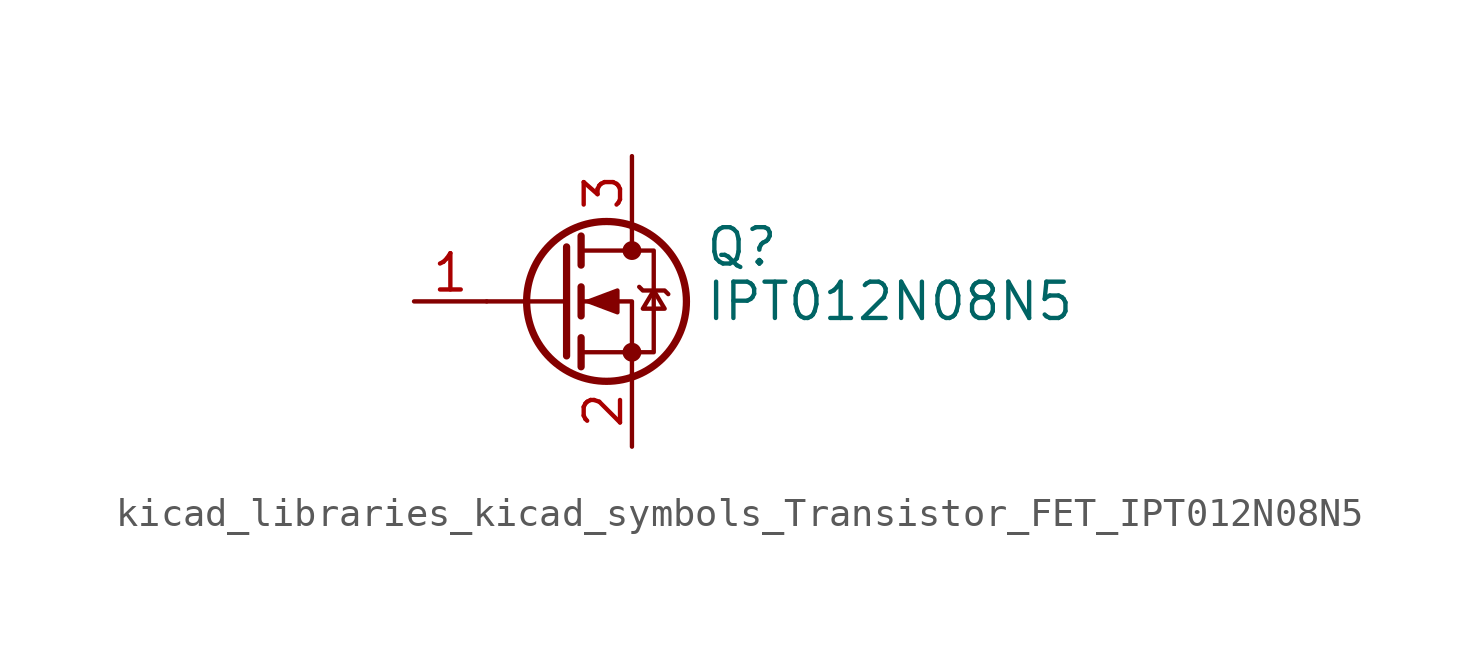
<source format=kicad_sym>
(kicad_symbol_lib
  (version 20220914)
  (generator kicad_symbol_editor)
  (symbol "kicad_libraries_kicad_symbols_Transistor_FET_IPT012N08N5"
    (pin_names hide)
    (property "Reference" "Q"
      (at 5.08 1.905 0)
      (effects (font (size 1.27 1.27)) (justify left)))
    (property "Value" "IPT012N08N5"
      (at 5.08 0 0)
      (effects (font (size 1.27 1.27)) (justify left)))
    (symbol "kicad_libraries_kicad_symbols_Transistor_FET_IPT012N08N5_0_1"
      (polyline (pts (xy 0.254 0) (xy -2.54 0)) (stroke (width 0) (type default)) (fill (type none)))
      (polyline (pts (xy 0.254 1.905) (xy 0.254 -1.905)) (stroke (width 0.254) (type default)) (fill (type none)))
      (polyline (pts (xy 0.762 -1.27) (xy 0.762 -2.286)) (stroke (width 0.254) (type default)) (fill (type none)))
      (polyline (pts (xy 0.762 0.508) (xy 0.762 -0.508)) (stroke (width 0.254) (type default)) (fill (type none)))
      (polyline (pts (xy 0.762 2.286) (xy 0.762 1.27)) (stroke (width 0.254) (type default)) (fill (type none)))
      (polyline (pts (xy 2.54 2.54) (xy 2.54 1.778)) (stroke (width 0) (type default)) (fill (type none)))
      (polyline (pts (xy 2.54 -2.54) (xy 2.54 0) (xy 0.762 0)) (stroke (width 0) (type default)) (fill (type none)))
      (polyline (pts (xy 0.762 -1.778) (xy 3.302 -1.778) (xy 3.302 1.778) (xy 0.762 1.778)) (stroke (width 0) (type default)) (fill (type none)))
      (polyline (pts (xy 1.016 0) (xy 2.032 0.381) (xy 2.032 -0.381) (xy 1.016 0)) (stroke (width 0) (type default)) (fill (type outline)))
      (polyline (pts (xy 2.794 0.508) (xy 2.921 0.381) (xy 3.683 0.381) (xy 3.81 0.254)) (stroke (width 0) (type default)) (fill (type none)))
      (polyline (pts (xy 3.302 0.381) (xy 2.921 -0.254) (xy 3.683 -0.254) (xy 3.302 0.381)) (stroke (width 0) (type default)) (fill (type none)))
      (circle (center 1.651 0) (radius 2.794) (stroke (width 0.254) (type default)) (fill (type none)))
      (circle (center 2.54 -1.778) (radius 0.254) (stroke (width 0) (type default)) (fill (type outline)))
      (circle (center 2.54 1.778) (radius 0.254) (stroke (width 0) (type default)) (fill (type outline))))
    (symbol "kicad_libraries_kicad_symbols_Transistor_FET_IPT012N08N5_1_1"
      (pin input line (at -5.08 0 0) (length 2.54) (name "G" (effects (font (size 1.27 1.27)))) (number "1" (effects (font (size 1.27 1.27)))))
      (pin passive line (at 2.54 -5.08 90) (length 2.54) (name "S" (effects (font (size 1.27 1.27)))) (number "2" (effects (font (size 1.27 1.27)))))
      (pin passive line (at 2.54 5.08 270) (length 2.54) (name "D" (effects (font (size 1.27 1.27)))) (number "3" (effects (font (size 1.27 1.27))))))))
</source>
